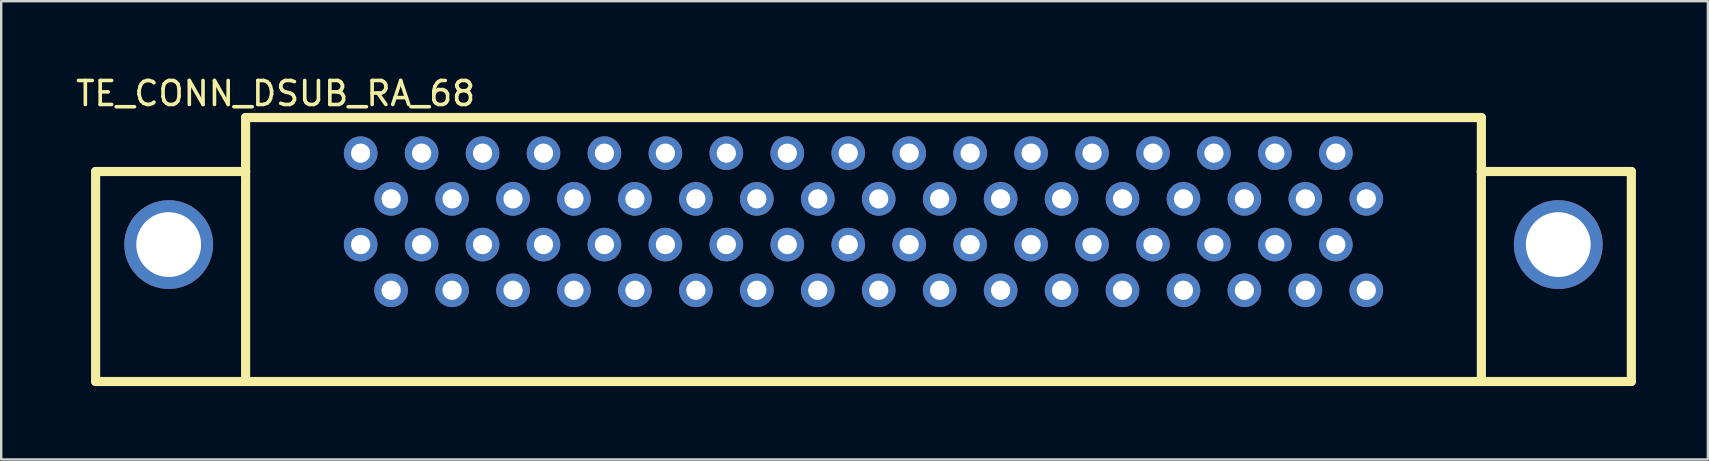
<source format=kicad_pcb>
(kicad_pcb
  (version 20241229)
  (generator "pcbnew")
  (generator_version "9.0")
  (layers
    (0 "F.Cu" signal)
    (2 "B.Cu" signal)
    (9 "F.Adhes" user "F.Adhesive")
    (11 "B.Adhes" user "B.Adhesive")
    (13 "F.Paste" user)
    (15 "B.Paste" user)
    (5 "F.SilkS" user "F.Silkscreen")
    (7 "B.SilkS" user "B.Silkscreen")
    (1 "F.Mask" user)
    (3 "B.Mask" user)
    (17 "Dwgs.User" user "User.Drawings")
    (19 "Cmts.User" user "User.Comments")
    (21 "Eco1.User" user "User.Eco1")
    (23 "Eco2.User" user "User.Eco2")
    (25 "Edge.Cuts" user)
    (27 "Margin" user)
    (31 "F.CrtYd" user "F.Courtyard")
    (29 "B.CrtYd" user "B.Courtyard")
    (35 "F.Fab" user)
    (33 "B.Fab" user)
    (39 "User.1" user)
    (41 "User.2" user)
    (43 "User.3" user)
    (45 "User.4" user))
  (footprint "TE_CONN_DSUB_RA_68"
    (layer "F.Cu")
    (at 32.935 12.848)
    (property "Reference" "TE_CONN_DSUB_RA_68" (at -24.5 -12 0) (layer "F.SilkS") (effects (font (size 1 1) (thickness 0.15))))
    (fp_line (start -32 -8.75) (end -25.75 -8.75) (stroke (width 0.381) (type solid)) (layer "F.SilkS"))
    (fp_line (start -32 0) (end -32 -8.75) (stroke (width 0.381) (type solid)) (layer "F.SilkS"))
    (fp_line (start -32 0) (end 32 0) (stroke (width 0.381) (type solid)) (layer "F.SilkS"))
    (fp_line (start -25.75 -11) (end 25.5 -11) (stroke (width 0.381) (type solid)) (layer "F.SilkS"))
    (fp_line (start -25.75 -8.75) (end -25.75 -11) (stroke (width 0.381) (type solid)) (layer "F.SilkS"))
    (fp_line (start -25.75 0) (end -25.75 -8.75) (stroke (width 0.381) (type solid)) (layer "F.SilkS"))
    (fp_line (start 25.5 -11) (end 25.75 -11) (stroke (width 0.381) (type solid)) (layer "F.SilkS"))
    (fp_line (start 25.75 -11) (end 25.75 -8.75) (stroke (width 0.381) (type solid)) (layer "F.SilkS"))
    (fp_line (start 25.75 -8.75) (end 32 -8.75) (stroke (width 0.381) (type solid)) (layer "F.SilkS"))
    (fp_line (start 25.75 0) (end 25.75 -8.75) (stroke (width 0.381) (type solid)) (layer "F.SilkS"))
    (fp_line (start 32 0) (end 32 -8.75) (stroke (width 0.381) (type solid)) (layer "F.SilkS"))
    (pad "1" thru_hole circle (at -20.955 -9.515) (size 1.4 1.4) (drill 0.8) (layers "*.Cu" "*.Mask"))
    (pad "2" thru_hole circle (at -19.685 -7.61) (size 1.4 1.4) (drill 0.8) (layers "*.Cu" "*.Mask"))
    (pad "3" thru_hole circle (at -18.415 -9.515) (size 1.4 1.4) (drill 0.8) (layers "*.Cu" "*.Mask"))
    (pad "4" thru_hole circle (at -17.145 -7.61) (size 1.4 1.4) (drill 0.8) (layers "*.Cu" "*.Mask"))
    (pad "5" thru_hole circle (at -15.875 -9.515) (size 1.4 1.4) (drill 0.8) (layers "*.Cu" "*.Mask"))
    (pad "6" thru_hole circle (at -14.605 -7.61) (size 1.4 1.4) (drill 0.8) (layers "*.Cu" "*.Mask"))
    (pad "7" thru_hole circle (at -13.335 -9.515) (size 1.4 1.4) (drill 0.8) (layers "*.Cu" "*.Mask"))
    (pad "8" thru_hole circle (at -12.065 -7.61) (size 1.4 1.4) (drill 0.8) (layers "*.Cu" "*.Mask"))
    (pad "9" thru_hole circle (at -10.795 -9.515) (size 1.4 1.4) (drill 0.8) (layers "*.Cu" "*.Mask"))
    (pad "10" thru_hole circle (at -9.525 -7.61) (size 1.4 1.4) (drill 0.8) (layers "*.Cu" "*.Mask"))
    (pad "11" thru_hole circle (at -8.255 -9.515) (size 1.4 1.4) (drill 0.8) (layers "*.Cu" "*.Mask"))
    (pad "12" thru_hole circle (at -6.985 -7.61) (size 1.4 1.4) (drill 0.8) (layers "*.Cu" "*.Mask"))
    (pad "13" thru_hole circle (at -5.715 -9.515) (size 1.4 1.4) (drill 0.8) (layers "*.Cu" "*.Mask"))
    (pad "14" thru_hole circle (at -4.445 -7.61) (size 1.4 1.4) (drill 0.8) (layers "*.Cu" "*.Mask"))
    (pad "15" thru_hole circle (at -3.175 -9.515) (size 1.4 1.4) (drill 0.8) (layers "*.Cu" "*.Mask"))
    (pad "16" thru_hole circle (at -1.905 -7.61) (size 1.4 1.4) (drill 0.8) (layers "*.Cu" "*.Mask"))
    (pad "17" thru_hole circle (at -0.635 -9.515) (size 1.4 1.4) (drill 0.8) (layers "*.Cu" "*.Mask"))
    (pad "18" thru_hole circle (at 0.635 -7.61) (size 1.4 1.4) (drill 0.8) (layers "*.Cu" "*.Mask"))
    (pad "19" thru_hole circle (at 1.905 -9.515) (size 1.4 1.4) (drill 0.8) (layers "*.Cu" "*.Mask"))
    (pad "20" thru_hole circle (at 3.175 -7.61) (size 1.4 1.4) (drill 0.8) (layers "*.Cu" "*.Mask"))
    (pad "21" thru_hole circle (at 4.445 -9.515) (size 1.4 1.4) (drill 0.8) (layers "*.Cu" "*.Mask"))
    (pad "22" thru_hole circle (at 5.715 -7.61) (size 1.4 1.4) (drill 0.8) (layers "*.Cu" "*.Mask"))
    (pad "23" thru_hole circle (at 6.985 -9.515) (size 1.4 1.4) (drill 0.8) (layers "*.Cu" "*.Mask"))
    (pad "24" thru_hole circle (at 8.255 -7.61) (size 1.4 1.4) (drill 0.8) (layers "*.Cu" "*.Mask"))
    (pad "25" thru_hole circle (at 9.525 -9.515) (size 1.4 1.4) (drill 0.8) (layers "*.Cu" "*.Mask"))
    (pad "26" thru_hole circle (at 10.795 -7.61) (size 1.4 1.4) (drill 0.8) (layers "*.Cu" "*.Mask"))
    (pad "27" thru_hole circle (at 12.065 -9.515) (size 1.4 1.4) (drill 0.8) (layers "*.Cu" "*.Mask"))
    (pad "28" thru_hole circle (at 13.335 -7.61) (size 1.4 1.4) (drill 0.8) (layers "*.Cu" "*.Mask"))
    (pad "29" thru_hole circle (at 14.605 -9.515) (size 1.4 1.4) (drill 0.8) (layers "*.Cu" "*.Mask"))
    (pad "30" thru_hole circle (at 15.875 -7.61) (size 1.4 1.4) (drill 0.8) (layers "*.Cu" "*.Mask"))
    (pad "31" thru_hole circle (at 17.145 -9.515) (size 1.4 1.4) (drill 0.8) (layers "*.Cu" "*.Mask"))
    (pad "32" thru_hole circle (at 18.415 -7.61) (size 1.4 1.4) (drill 0.8) (layers "*.Cu" "*.Mask"))
    (pad "33" thru_hole circle (at 19.685 -9.515) (size 1.4 1.4) (drill 0.8) (layers "*.Cu" "*.Mask"))
    (pad "34" thru_hole circle (at 20.955 -7.61) (size 1.4 1.4) (drill 0.8) (layers "*.Cu" "*.Mask"))
    (pad "35" thru_hole circle (at -20.955 -5.705) (size 1.4 1.4) (drill 0.8) (layers "*.Cu" "*.Mask"))
    (pad "36" thru_hole circle (at -19.685 -3.8) (size 1.4 1.4) (drill 0.8) (layers "*.Cu" "*.Mask"))
    (pad "37" thru_hole circle (at -18.415 -5.705) (size 1.4 1.4) (drill 0.8) (layers "*.Cu" "*.Mask"))
    (pad "38" thru_hole circle (at -17.145 -3.8) (size 1.4 1.4) (drill 0.8) (layers "*.Cu" "*.Mask"))
    (pad "39" thru_hole circle (at -15.875 -5.705) (size 1.4 1.4) (drill 0.8) (layers "*.Cu" "*.Mask"))
    (pad "40" thru_hole circle (at -14.605 -3.8) (size 1.4 1.4) (drill 0.8) (layers "*.Cu" "*.Mask"))
    (pad "41" thru_hole circle (at -13.335 -5.705) (size 1.4 1.4) (drill 0.8) (layers "*.Cu" "*.Mask"))
    (pad "42" thru_hole circle (at -12.065 -3.8) (size 1.4 1.4) (drill 0.8) (layers "*.Cu" "*.Mask"))
    (pad "43" thru_hole circle (at -10.795 -5.705) (size 1.4 1.4) (drill 0.8) (layers "*.Cu" "*.Mask"))
    (pad "44" thru_hole circle (at -9.525 -3.8) (size 1.4 1.4) (drill 0.8) (layers "*.Cu" "*.Mask"))
    (pad "45" thru_hole circle (at -8.255 -5.705) (size 1.4 1.4) (drill 0.8) (layers "*.Cu" "*.Mask"))
    (pad "46" thru_hole circle (at -6.985 -3.8) (size 1.4 1.4) (drill 0.8) (layers "*.Cu" "*.Mask"))
    (pad "47" thru_hole circle (at -5.715 -5.705) (size 1.4 1.4) (drill 0.8) (layers "*.Cu" "*.Mask"))
    (pad "48" thru_hole circle (at -4.445 -3.8) (size 1.4 1.4) (drill 0.8) (layers "*.Cu" "*.Mask"))
    (pad "49" thru_hole circle (at -3.175 -5.705) (size 1.4 1.4) (drill 0.8) (layers "*.Cu" "*.Mask"))
    (pad "50" thru_hole circle (at -1.905 -3.8) (size 1.4 1.4) (drill 0.8) (layers "*.Cu" "*.Mask"))
    (pad "51" thru_hole circle (at -0.635 -5.705) (size 1.4 1.4) (drill 0.8) (layers "*.Cu" "*.Mask"))
    (pad "52" thru_hole circle (at 0.635 -3.8) (size 1.4 1.4) (drill 0.8) (layers "*.Cu" "*.Mask"))
    (pad "53" thru_hole circle (at 1.905 -5.705) (size 1.4 1.4) (drill 0.8) (layers "*.Cu" "*.Mask"))
    (pad "54" thru_hole circle (at 3.175 -3.8) (size 1.4 1.4) (drill 0.8) (layers "*.Cu" "*.Mask"))
    (pad "55" thru_hole circle (at 4.445 -5.705) (size 1.4 1.4) (drill 0.8) (layers "*.Cu" "*.Mask"))
    (pad "56" thru_hole circle (at 5.715 -3.8) (size 1.4 1.4) (drill 0.8) (layers "*.Cu" "*.Mask"))
    (pad "57" thru_hole circle (at 6.985 -5.705) (size 1.4 1.4) (drill 0.8) (layers "*.Cu" "*.Mask"))
    (pad "58" thru_hole circle (at 8.255 -3.8) (size 1.4 1.4) (drill 0.8) (layers "*.Cu" "*.Mask"))
    (pad "59" thru_hole circle (at 9.525 -5.705) (size 1.4 1.4) (drill 0.8) (layers "*.Cu" "*.Mask"))
    (pad "60" thru_hole circle (at 10.795 -3.8) (size 1.4 1.4) (drill 0.8) (layers "*.Cu" "*.Mask"))
    (pad "61" thru_hole circle (at 12.065 -5.705) (size 1.4 1.4) (drill 0.8) (layers "*.Cu" "*.Mask"))
    (pad "62" thru_hole circle (at 13.335 -3.8) (size 1.4 1.4) (drill 0.8) (layers "*.Cu" "*.Mask"))
    (pad "63" thru_hole circle (at 14.605 -5.705) (size 1.4 1.4) (drill 0.8) (layers "*.Cu" "*.Mask"))
    (pad "64" thru_hole circle (at 15.875 -3.8) (size 1.4 1.4) (drill 0.8) (layers "*.Cu" "*.Mask"))
    (pad "65" thru_hole circle (at 17.145 -5.705) (size 1.4 1.4) (drill 0.8) (layers "*.Cu" "*.Mask"))
    (pad "66" thru_hole circle (at 18.415 -3.8) (size 1.4 1.4) (drill 0.8) (layers "*.Cu" "*.Mask"))
    (pad "67" thru_hole circle (at 19.685 -5.705) (size 1.4 1.4) (drill 0.8) (layers "*.Cu" "*.Mask"))
    (pad "68" thru_hole circle (at 20.955 -3.8) (size 1.4 1.4) (drill 0.8) (layers "*.Cu" "*.Mask"))
    (pad "69" thru_hole circle (at -28.955 -5.705) (size 3.7 3.7) (drill 2.7) (layers "*.Cu" "*.Mask"))
    (pad "70" thru_hole circle (at 28.955 -5.705) (size 3.7 3.7) (drill 2.7) (layers "*.Cu" "*.Mask")))
  (gr_rect
    (start -3 -3)
    (end 68.125 16.098)
    (stroke (width 0.1) (type default))
    (fill no)
    (layer "Edge.Cuts")))
</source>
